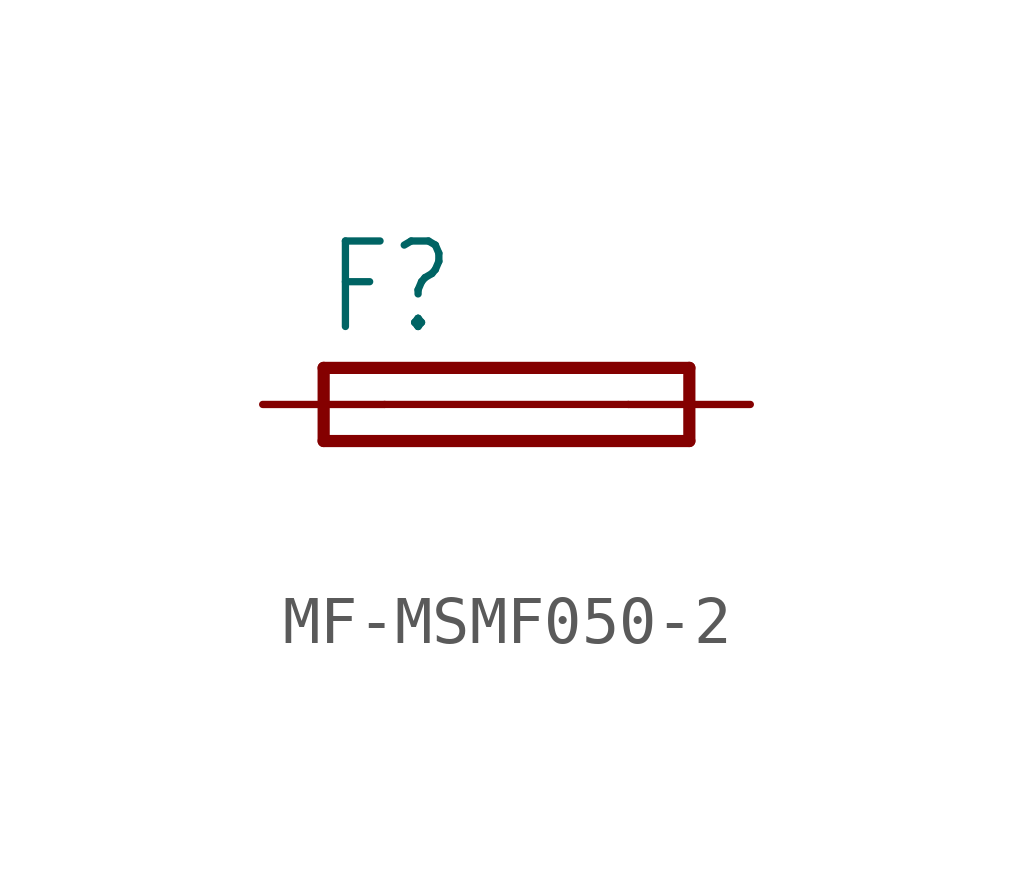
<source format=kicad_sym>
(kicad_symbol_lib
  (version 20231120)
  (generator "kicad_symbol_editor")
  (generator_version "8.0")
  (symbol "MF-MSMF050-2"
    (property "Reference" "F"
      (at -3.817 1.399 0)
      (effects (font (size 1.781 1.514)) (justify left bottom)))
    (property "Value" ""
      (at -3.817 -2.926 0)
      (effects (font (size 1.781 1.514)) (justify left bottom)))
    (property "ki_locked" ""
      (at 0 0 0)
      (effects (font (size 1.27 1.27))))
    (symbol "MF-MSMF050-2_1_0"
      (polyline (pts (xy -3.81 -0.762) (xy 3.81 -0.762)) (stroke (width 0.254) (type solid)) (fill (type none)))
      (polyline (pts (xy -3.81 0.762) (xy -3.81 -0.762)) (stroke (width 0.254) (type solid)) (fill (type none)))
      (polyline (pts (xy -2.54 0) (xy 2.54 0)) (stroke (width 0.152) (type solid)) (fill (type none)))
      (polyline (pts (xy 3.81 -0.762) (xy 3.81 0.762)) (stroke (width 0.254) (type solid)) (fill (type none)))
      (polyline (pts (xy 3.81 0.762) (xy -3.81 0.762)) (stroke (width 0.254) (type solid)) (fill (type none)))
      (pin passive line (at -5.08 0 0) (length 2.54) (name "1" (effects (font (size 0 0)))) (number "1" (effects (font (size 0 0)))))
      (pin passive line (at 5.08 0 180) (length 2.54) (name "2" (effects (font (size 0 0)))) (number "2" (effects (font (size 0 0))))))))
</source>
